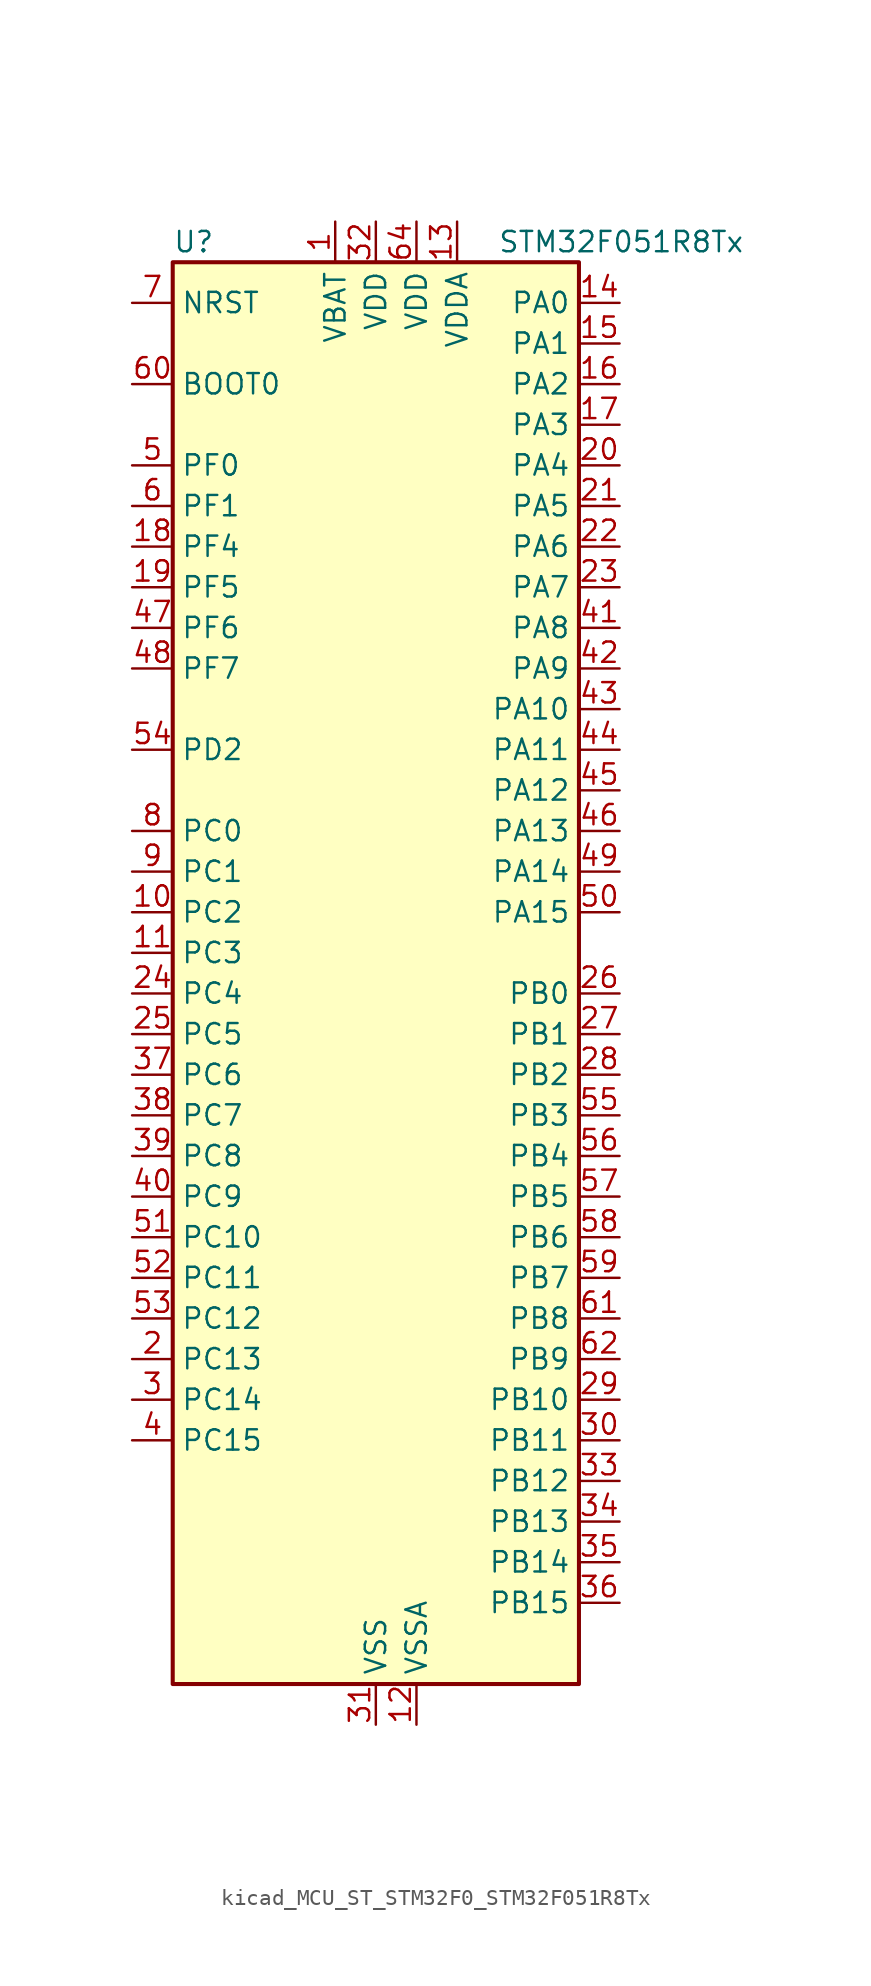
<source format=kicad_sym>
(kicad_symbol_lib
  (version 20220914)
  (generator kicad_symbol_editor)
  (symbol "kicad_MCU_ST_STM32F0_STM32F051R8Tx"
    (property "Reference" "U"
      (at -12.7 46.99 0)
      (effects (font (size 1.27 1.27)) (justify left)))
    (property "Value" "STM32F051R8Tx"
      (at 7.62 46.99 0)
      (effects (font (size 1.27 1.27)) (justify left)))
    (property "ki_locked" ""
      (at 0 0 0)
      (effects (font (size 1.27 1.27))))
    (symbol "kicad_MCU_ST_STM32F0_STM32F051R8Tx_0_1"
      (rectangle (start -12.7 -43.18) (end 12.7 45.72) (stroke (width 0.254) (type default)) (fill (type background))))
    (symbol "kicad_MCU_ST_STM32F0_STM32F051R8Tx_1_1"
      (pin power_in line (at -2.54 48.26 270) (length 2.54) (name "VBAT" (effects (font (size 1.27 1.27)))) (number "1" (effects (font (size 1.27 1.27)))))
      (pin bidirectional line (at -15.24 5.08 0) (length 2.54) (name "PC2" (effects (font (size 1.27 1.27)))) (number "10" (effects (font (size 1.27 1.27)))) (alternate "ADC_IN12" bidirectional line))
      (pin bidirectional line (at -15.24 2.54 0) (length 2.54) (name "PC3" (effects (font (size 1.27 1.27)))) (number "11" (effects (font (size 1.27 1.27)))) (alternate "ADC_IN13" bidirectional line))
      (pin power_in line (at 2.54 -45.72 90) (length 2.54) (name "VSSA" (effects (font (size 1.27 1.27)))) (number "12" (effects (font (size 1.27 1.27)))))
      (pin power_in line (at 5.08 48.26 270) (length 2.54) (name "VDDA" (effects (font (size 1.27 1.27)))) (number "13" (effects (font (size 1.27 1.27)))))
      (pin bidirectional line (at 15.24 43.18 180) (length 2.54) (name "PA0" (effects (font (size 1.27 1.27)))) (number "14" (effects (font (size 1.27 1.27)))) (alternate "ADC_IN0" bidirectional line) (alternate "COMP1_INM" bidirectional line) (alternate "COMP1_OUT" bidirectional line) (alternate "RTC_TAMP2" bidirectional line) (alternate "SYS_WKUP1" bidirectional line) (alternate "TIM2_CH1" bidirectional line) (alternate "TIM2_ETR" bidirectional line) (alternate "TSC_G1_IO1" bidirectional line) (alternate "USART2_CTS" bidirectional line))
      (pin bidirectional line (at 15.24 40.64 180) (length 2.54) (name "PA1" (effects (font (size 1.27 1.27)))) (number "15" (effects (font (size 1.27 1.27)))) (alternate "ADC_IN1" bidirectional line) (alternate "COMP1_INP" bidirectional line) (alternate "TIM2_CH2" bidirectional line) (alternate "TSC_G1_IO2" bidirectional line) (alternate "USART2_DE" bidirectional line) (alternate "USART2_RTS" bidirectional line))
      (pin bidirectional line (at 15.24 38.1 180) (length 2.54) (name "PA2" (effects (font (size 1.27 1.27)))) (number "16" (effects (font (size 1.27 1.27)))) (alternate "ADC_IN2" bidirectional line) (alternate "COMP2_INM" bidirectional line) (alternate "COMP2_OUT" bidirectional line) (alternate "TIM15_CH1" bidirectional line) (alternate "TIM2_CH3" bidirectional line) (alternate "TSC_G1_IO3" bidirectional line) (alternate "USART2_TX" bidirectional line))
      (pin bidirectional line (at 15.24 35.56 180) (length 2.54) (name "PA3" (effects (font (size 1.27 1.27)))) (number "17" (effects (font (size 1.27 1.27)))) (alternate "ADC_IN3" bidirectional line) (alternate "COMP2_INP" bidirectional line) (alternate "TIM15_CH2" bidirectional line) (alternate "TIM2_CH4" bidirectional line) (alternate "TSC_G1_IO4" bidirectional line) (alternate "USART2_RX" bidirectional line))
      (pin bidirectional line (at -15.24 27.94 0) (length 2.54) (name "PF4" (effects (font (size 1.27 1.27)))) (number "18" (effects (font (size 1.27 1.27)))))
      (pin bidirectional line (at -15.24 25.4 0) (length 2.54) (name "PF5" (effects (font (size 1.27 1.27)))) (number "19" (effects (font (size 1.27 1.27)))))
      (pin bidirectional line (at -15.24 -22.86 0) (length 2.54) (name "PC13" (effects (font (size 1.27 1.27)))) (number "2" (effects (font (size 1.27 1.27)))) (alternate "RTC_OUT_ALARM" bidirectional line) (alternate "RTC_OUT_CALIB" bidirectional line) (alternate "RTC_TAMP1" bidirectional line) (alternate "RTC_TS" bidirectional line) (alternate "SYS_WKUP2" bidirectional line))
      (pin bidirectional line (at 15.24 33.02 180) (length 2.54) (name "PA4" (effects (font (size 1.27 1.27)))) (number "20" (effects (font (size 1.27 1.27)))) (alternate "ADC_IN4" bidirectional line) (alternate "COMP1_INM" bidirectional line) (alternate "COMP2_INM" bidirectional line) (alternate "DAC1_OUT1" bidirectional line) (alternate "I2S1_WS" bidirectional line) (alternate "SPI1_NSS" bidirectional line) (alternate "TIM14_CH1" bidirectional line) (alternate "TSC_G2_IO1" bidirectional line) (alternate "USART2_CK" bidirectional line))
      (pin bidirectional line (at 15.24 30.48 180) (length 2.54) (name "PA5" (effects (font (size 1.27 1.27)))) (number "21" (effects (font (size 1.27 1.27)))) (alternate "ADC_IN5" bidirectional line) (alternate "CEC" bidirectional line) (alternate "COMP1_INM" bidirectional line) (alternate "COMP2_INM" bidirectional line) (alternate "I2S1_CK" bidirectional line) (alternate "SPI1_SCK" bidirectional line) (alternate "TIM2_CH1" bidirectional line) (alternate "TIM2_ETR" bidirectional line) (alternate "TSC_G2_IO2" bidirectional line))
      (pin bidirectional line (at 15.24 27.94 180) (length 2.54) (name "PA6" (effects (font (size 1.27 1.27)))) (number "22" (effects (font (size 1.27 1.27)))) (alternate "ADC_IN6" bidirectional line) (alternate "COMP1_OUT" bidirectional line) (alternate "I2S1_MCK" bidirectional line) (alternate "SPI1_MISO" bidirectional line) (alternate "TIM16_CH1" bidirectional line) (alternate "TIM1_BKIN" bidirectional line) (alternate "TIM3_CH1" bidirectional line) (alternate "TSC_G2_IO3" bidirectional line))
      (pin bidirectional line (at 15.24 25.4 180) (length 2.54) (name "PA7" (effects (font (size 1.27 1.27)))) (number "23" (effects (font (size 1.27 1.27)))) (alternate "ADC_IN7" bidirectional line) (alternate "COMP2_OUT" bidirectional line) (alternate "I2S1_SD" bidirectional line) (alternate "SPI1_MOSI" bidirectional line) (alternate "TIM14_CH1" bidirectional line) (alternate "TIM17_CH1" bidirectional line) (alternate "TIM1_CH1N" bidirectional line) (alternate "TIM3_CH2" bidirectional line) (alternate "TSC_G2_IO4" bidirectional line))
      (pin bidirectional line (at -15.24 0 0) (length 2.54) (name "PC4" (effects (font (size 1.27 1.27)))) (number "24" (effects (font (size 1.27 1.27)))) (alternate "ADC_IN14" bidirectional line))
      (pin bidirectional line (at -15.24 -2.54 0) (length 2.54) (name "PC5" (effects (font (size 1.27 1.27)))) (number "25" (effects (font (size 1.27 1.27)))) (alternate "ADC_IN15" bidirectional line) (alternate "TSC_G3_IO1" bidirectional line))
      (pin bidirectional line (at 15.24 0 180) (length 2.54) (name "PB0" (effects (font (size 1.27 1.27)))) (number "26" (effects (font (size 1.27 1.27)))) (alternate "ADC_IN8" bidirectional line) (alternate "TIM1_CH2N" bidirectional line) (alternate "TIM3_CH3" bidirectional line) (alternate "TSC_G3_IO2" bidirectional line))
      (pin bidirectional line (at 15.24 -2.54 180) (length 2.54) (name "PB1" (effects (font (size 1.27 1.27)))) (number "27" (effects (font (size 1.27 1.27)))) (alternate "ADC_IN9" bidirectional line) (alternate "TIM14_CH1" bidirectional line) (alternate "TIM1_CH3N" bidirectional line) (alternate "TIM3_CH4" bidirectional line) (alternate "TSC_G3_IO3" bidirectional line))
      (pin bidirectional line (at 15.24 -5.08 180) (length 2.54) (name "PB2" (effects (font (size 1.27 1.27)))) (number "28" (effects (font (size 1.27 1.27)))) (alternate "TSC_G3_IO4" bidirectional line))
      (pin bidirectional line (at 15.24 -25.4 180) (length 2.54) (name "PB10" (effects (font (size 1.27 1.27)))) (number "29" (effects (font (size 1.27 1.27)))) (alternate "CEC" bidirectional line) (alternate "I2C2_SCL" bidirectional line) (alternate "TIM2_CH3" bidirectional line) (alternate "TSC_SYNC" bidirectional line))
      (pin bidirectional line (at -15.24 -25.4 0) (length 2.54) (name "PC14" (effects (font (size 1.27 1.27)))) (number "3" (effects (font (size 1.27 1.27)))) (alternate "RCC_OSC32_IN" bidirectional line))
      (pin bidirectional line (at 15.24 -27.94 180) (length 2.54) (name "PB11" (effects (font (size 1.27 1.27)))) (number "30" (effects (font (size 1.27 1.27)))) (alternate "I2C2_SDA" bidirectional line) (alternate "TIM2_CH4" bidirectional line) (alternate "TSC_G6_IO1" bidirectional line))
      (pin power_in line (at 0 -45.72 90) (length 2.54) (name "VSS" (effects (font (size 1.27 1.27)))) (number "31" (effects (font (size 1.27 1.27)))))
      (pin power_in line (at 0 48.26 270) (length 2.54) (name "VDD" (effects (font (size 1.27 1.27)))) (number "32" (effects (font (size 1.27 1.27)))))
      (pin bidirectional line (at 15.24 -30.48 180) (length 2.54) (name "PB12" (effects (font (size 1.27 1.27)))) (number "33" (effects (font (size 1.27 1.27)))) (alternate "SPI2_NSS" bidirectional line) (alternate "TIM1_BKIN" bidirectional line) (alternate "TSC_G6_IO2" bidirectional line))
      (pin bidirectional line (at 15.24 -33.02 180) (length 2.54) (name "PB13" (effects (font (size 1.27 1.27)))) (number "34" (effects (font (size 1.27 1.27)))) (alternate "SPI2_SCK" bidirectional line) (alternate "TIM1_CH1N" bidirectional line) (alternate "TSC_G6_IO3" bidirectional line))
      (pin bidirectional line (at 15.24 -35.56 180) (length 2.54) (name "PB14" (effects (font (size 1.27 1.27)))) (number "35" (effects (font (size 1.27 1.27)))) (alternate "SPI2_MISO" bidirectional line) (alternate "TIM15_CH1" bidirectional line) (alternate "TIM1_CH2N" bidirectional line) (alternate "TSC_G6_IO4" bidirectional line))
      (pin bidirectional line (at 15.24 -38.1 180) (length 2.54) (name "PB15" (effects (font (size 1.27 1.27)))) (number "36" (effects (font (size 1.27 1.27)))) (alternate "RTC_REFIN" bidirectional line) (alternate "SPI2_MOSI" bidirectional line) (alternate "TIM15_CH1N" bidirectional line) (alternate "TIM15_CH2" bidirectional line) (alternate "TIM1_CH3N" bidirectional line))
      (pin bidirectional line (at -15.24 -5.08 0) (length 2.54) (name "PC6" (effects (font (size 1.27 1.27)))) (number "37" (effects (font (size 1.27 1.27)))) (alternate "TIM3_CH1" bidirectional line))
      (pin bidirectional line (at -15.24 -7.62 0) (length 2.54) (name "PC7" (effects (font (size 1.27 1.27)))) (number "38" (effects (font (size 1.27 1.27)))) (alternate "TIM3_CH2" bidirectional line))
      (pin bidirectional line (at -15.24 -10.16 0) (length 2.54) (name "PC8" (effects (font (size 1.27 1.27)))) (number "39" (effects (font (size 1.27 1.27)))) (alternate "TIM3_CH3" bidirectional line))
      (pin bidirectional line (at -15.24 -27.94 0) (length 2.54) (name "PC15" (effects (font (size 1.27 1.27)))) (number "4" (effects (font (size 1.27 1.27)))) (alternate "RCC_OSC32_OUT" bidirectional line))
      (pin bidirectional line (at -15.24 -12.7 0) (length 2.54) (name "PC9" (effects (font (size 1.27 1.27)))) (number "40" (effects (font (size 1.27 1.27)))) (alternate "DAC1_EXTI9" bidirectional line) (alternate "TIM3_CH4" bidirectional line))
      (pin bidirectional line (at 15.24 22.86 180) (length 2.54) (name "PA8" (effects (font (size 1.27 1.27)))) (number "41" (effects (font (size 1.27 1.27)))) (alternate "RCC_MCO" bidirectional line) (alternate "TIM1_CH1" bidirectional line) (alternate "USART1_CK" bidirectional line))
      (pin bidirectional line (at 15.24 20.32 180) (length 2.54) (name "PA9" (effects (font (size 1.27 1.27)))) (number "42" (effects (font (size 1.27 1.27)))) (alternate "DAC1_EXTI9" bidirectional line) (alternate "TIM15_BKIN" bidirectional line) (alternate "TIM1_CH2" bidirectional line) (alternate "TSC_G4_IO1" bidirectional line) (alternate "USART1_TX" bidirectional line))
      (pin bidirectional line (at 15.24 17.78 180) (length 2.54) (name "PA10" (effects (font (size 1.27 1.27)))) (number "43" (effects (font (size 1.27 1.27)))) (alternate "TIM17_BKIN" bidirectional line) (alternate "TIM1_CH3" bidirectional line) (alternate "TSC_G4_IO2" bidirectional line) (alternate "USART1_RX" bidirectional line))
      (pin bidirectional line (at 15.24 15.24 180) (length 2.54) (name "PA11" (effects (font (size 1.27 1.27)))) (number "44" (effects (font (size 1.27 1.27)))) (alternate "COMP1_OUT" bidirectional line) (alternate "TIM1_CH4" bidirectional line) (alternate "TSC_G4_IO3" bidirectional line) (alternate "USART1_CTS" bidirectional line))
      (pin bidirectional line (at 15.24 12.7 180) (length 2.54) (name "PA12" (effects (font (size 1.27 1.27)))) (number "45" (effects (font (size 1.27 1.27)))) (alternate "COMP2_OUT" bidirectional line) (alternate "TIM1_ETR" bidirectional line) (alternate "TSC_G4_IO4" bidirectional line) (alternate "USART1_DE" bidirectional line) (alternate "USART1_RTS" bidirectional line))
      (pin bidirectional line (at 15.24 10.16 180) (length 2.54) (name "PA13" (effects (font (size 1.27 1.27)))) (number "46" (effects (font (size 1.27 1.27)))) (alternate "IR_OUT" bidirectional line) (alternate "SYS_SWDIO" bidirectional line))
      (pin bidirectional line (at -15.24 22.86 0) (length 2.54) (name "PF6" (effects (font (size 1.27 1.27)))) (number "47" (effects (font (size 1.27 1.27)))) (alternate "I2C2_SCL" bidirectional line))
      (pin bidirectional line (at -15.24 20.32 0) (length 2.54) (name "PF7" (effects (font (size 1.27 1.27)))) (number "48" (effects (font (size 1.27 1.27)))) (alternate "I2C2_SDA" bidirectional line))
      (pin bidirectional line (at 15.24 7.62 180) (length 2.54) (name "PA14" (effects (font (size 1.27 1.27)))) (number "49" (effects (font (size 1.27 1.27)))) (alternate "SYS_SWCLK" bidirectional line) (alternate "USART2_TX" bidirectional line))
      (pin bidirectional line (at -15.24 33.02 0) (length 2.54) (name "PF0" (effects (font (size 1.27 1.27)))) (number "5" (effects (font (size 1.27 1.27)))) (alternate "RCC_OSC_IN" bidirectional line))
      (pin bidirectional line (at 15.24 5.08 180) (length 2.54) (name "PA15" (effects (font (size 1.27 1.27)))) (number "50" (effects (font (size 1.27 1.27)))) (alternate "I2S1_WS" bidirectional line) (alternate "SPI1_NSS" bidirectional line) (alternate "TIM2_CH1" bidirectional line) (alternate "TIM2_ETR" bidirectional line) (alternate "USART2_RX" bidirectional line))
      (pin bidirectional line (at -15.24 -15.24 0) (length 2.54) (name "PC10" (effects (font (size 1.27 1.27)))) (number "51" (effects (font (size 1.27 1.27)))))
      (pin bidirectional line (at -15.24 -17.78 0) (length 2.54) (name "PC11" (effects (font (size 1.27 1.27)))) (number "52" (effects (font (size 1.27 1.27)))))
      (pin bidirectional line (at -15.24 -20.32 0) (length 2.54) (name "PC12" (effects (font (size 1.27 1.27)))) (number "53" (effects (font (size 1.27 1.27)))))
      (pin bidirectional line (at -15.24 15.24 0) (length 2.54) (name "PD2" (effects (font (size 1.27 1.27)))) (number "54" (effects (font (size 1.27 1.27)))) (alternate "TIM3_ETR" bidirectional line))
      (pin bidirectional line (at 15.24 -7.62 180) (length 2.54) (name "PB3" (effects (font (size 1.27 1.27)))) (number "55" (effects (font (size 1.27 1.27)))) (alternate "I2S1_CK" bidirectional line) (alternate "SPI1_SCK" bidirectional line) (alternate "TIM2_CH2" bidirectional line) (alternate "TSC_G5_IO1" bidirectional line))
      (pin bidirectional line (at 15.24 -10.16 180) (length 2.54) (name "PB4" (effects (font (size 1.27 1.27)))) (number "56" (effects (font (size 1.27 1.27)))) (alternate "I2S1_MCK" bidirectional line) (alternate "SPI1_MISO" bidirectional line) (alternate "TIM3_CH1" bidirectional line) (alternate "TSC_G5_IO2" bidirectional line))
      (pin bidirectional line (at 15.24 -12.7 180) (length 2.54) (name "PB5" (effects (font (size 1.27 1.27)))) (number "57" (effects (font (size 1.27 1.27)))) (alternate "I2C1_SMBA" bidirectional line) (alternate "I2S1_SD" bidirectional line) (alternate "SPI1_MOSI" bidirectional line) (alternate "TIM16_BKIN" bidirectional line) (alternate "TIM3_CH2" bidirectional line))
      (pin bidirectional line (at 15.24 -15.24 180) (length 2.54) (name "PB6" (effects (font (size 1.27 1.27)))) (number "58" (effects (font (size 1.27 1.27)))) (alternate "I2C1_SCL" bidirectional line) (alternate "TIM16_CH1N" bidirectional line) (alternate "TSC_G5_IO3" bidirectional line) (alternate "USART1_TX" bidirectional line))
      (pin bidirectional line (at 15.24 -17.78 180) (length 2.54) (name "PB7" (effects (font (size 1.27 1.27)))) (number "59" (effects (font (size 1.27 1.27)))) (alternate "I2C1_SDA" bidirectional line) (alternate "TIM17_CH1N" bidirectional line) (alternate "TSC_G5_IO4" bidirectional line) (alternate "USART1_RX" bidirectional line))
      (pin bidirectional line (at -15.24 30.48 0) (length 2.54) (name "PF1" (effects (font (size 1.27 1.27)))) (number "6" (effects (font (size 1.27 1.27)))) (alternate "RCC_OSC_OUT" bidirectional line))
      (pin input line (at -15.24 38.1 0) (length 2.54) (name "BOOT0" (effects (font (size 1.27 1.27)))) (number "60" (effects (font (size 1.27 1.27)))))
      (pin bidirectional line (at 15.24 -20.32 180) (length 2.54) (name "PB8" (effects (font (size 1.27 1.27)))) (number "61" (effects (font (size 1.27 1.27)))) (alternate "CEC" bidirectional line) (alternate "I2C1_SCL" bidirectional line) (alternate "TIM16_CH1" bidirectional line) (alternate "TSC_SYNC" bidirectional line))
      (pin bidirectional line (at 15.24 -22.86 180) (length 2.54) (name "PB9" (effects (font (size 1.27 1.27)))) (number "62" (effects (font (size 1.27 1.27)))) (alternate "DAC1_EXTI9" bidirectional line) (alternate "I2C1_SDA" bidirectional line) (alternate "IR_OUT" bidirectional line) (alternate "TIM17_CH1" bidirectional line))
      (pin passive line (at 0 -45.72 90) (length 2.54) hide (name "VSS" (effects (font (size 1.27 1.27)))) (number "63" (effects (font (size 1.27 1.27)))))
      (pin power_in line (at 2.54 48.26 270) (length 2.54) (name "VDD" (effects (font (size 1.27 1.27)))) (number "64" (effects (font (size 1.27 1.27)))))
      (pin input line (at -15.24 43.18 0) (length 2.54) (name "NRST" (effects (font (size 1.27 1.27)))) (number "7" (effects (font (size 1.27 1.27)))))
      (pin bidirectional line (at -15.24 10.16 0) (length 2.54) (name "PC0" (effects (font (size 1.27 1.27)))) (number "8" (effects (font (size 1.27 1.27)))) (alternate "ADC_IN10" bidirectional line))
      (pin bidirectional line (at -15.24 7.62 0) (length 2.54) (name "PC1" (effects (font (size 1.27 1.27)))) (number "9" (effects (font (size 1.27 1.27)))) (alternate "ADC_IN11" bidirectional line)))))
</source>
